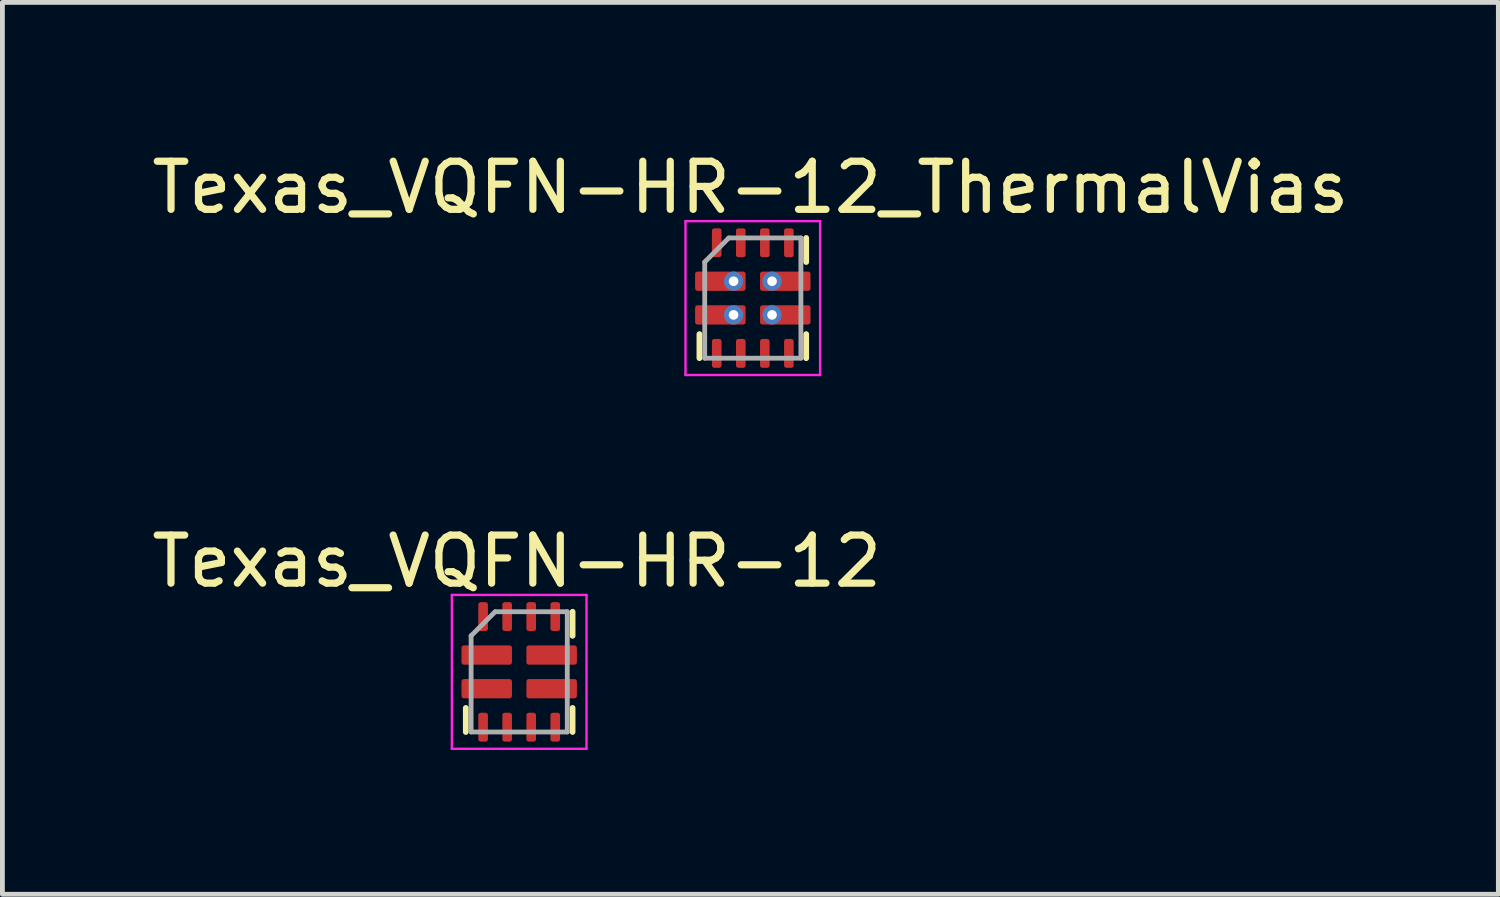
<source format=kicad_pcb>
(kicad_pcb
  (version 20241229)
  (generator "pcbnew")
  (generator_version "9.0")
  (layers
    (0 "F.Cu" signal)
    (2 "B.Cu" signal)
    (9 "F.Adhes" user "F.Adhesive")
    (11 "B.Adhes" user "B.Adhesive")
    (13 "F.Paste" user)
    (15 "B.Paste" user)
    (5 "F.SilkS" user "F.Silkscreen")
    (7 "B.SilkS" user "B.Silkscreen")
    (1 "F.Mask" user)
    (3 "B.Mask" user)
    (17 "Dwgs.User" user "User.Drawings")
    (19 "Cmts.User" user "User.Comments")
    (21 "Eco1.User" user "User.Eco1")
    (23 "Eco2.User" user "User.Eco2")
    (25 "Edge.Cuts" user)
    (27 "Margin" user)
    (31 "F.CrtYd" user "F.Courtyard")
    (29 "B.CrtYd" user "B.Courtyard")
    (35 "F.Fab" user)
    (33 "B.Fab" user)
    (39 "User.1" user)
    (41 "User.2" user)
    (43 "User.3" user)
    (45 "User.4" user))
  (footprint "Texas_VQFN-HR-12"
    (layer "F.Cu")
    (at 7.746 10.921)
    (property "Reference" "Texas_VQFN-HR-12" (at -0.05 -2.3 0) (layer "F.SilkS") (effects (font (size 1 1) (thickness 0.15))))
    (attr through_hole)
    (fp_line (start -1.11 0.75) (end -1.11 1.25) (stroke (width 0.12) (type solid)) (layer "F.SilkS"))
    (fp_line (start 1.11 -1.25) (end 1.11 -0.75) (stroke (width 0.12) (type solid)) (layer "F.SilkS"))
    (fp_line (start 1.11 0.75) (end 1.11 1.25) (stroke (width 0.12) (type solid)) (layer "F.SilkS"))
    (fp_line (start -1.4 -1.6) (end -1.4 1.6) (stroke (width 0.05) (type solid)) (layer "F.CrtYd"))
    (fp_line (start -1.4 -1.6) (end 1.4 -1.6) (stroke (width 0.05) (type solid)) (layer "F.CrtYd"))
    (fp_line (start -1.4 1.6) (end 1.4 1.6) (stroke (width 0.05) (type solid)) (layer "F.CrtYd"))
    (fp_line (start 1.4 -1.6) (end 1.4 1.6) (stroke (width 0.05) (type solid)) (layer "F.CrtYd"))
    (fp_line (start -1 -0.75) (end -1 1.25) (stroke (width 0.1) (type solid)) (layer "F.Fab"))
    (fp_line (start -1 -0.75) (end -0.5 -1.25) (stroke (width 0.1) (type solid)) (layer "F.Fab"))
    (fp_line (start -1 1.25) (end 1 1.25) (stroke (width 0.1) (type solid)) (layer "F.Fab"))
    (fp_line (start -0.5 -1.25) (end 1 -1.25) (stroke (width 0.1) (type solid)) (layer "F.Fab"))
    (fp_line (start 1 -1.25) (end 1 1.25) (stroke (width 0.1) (type solid)) (layer "F.Fab"))
    (pad "1" smd roundrect (at -0.675 -0.35) (size 1.05 0.4) (layers "F.Cu" "F.Mask" "F.Paste") (roundrect_rratio 0.125))
    (pad "2" smd roundrect (at -0.675 0.35) (size 1.05 0.4) (layers "F.Cu" "F.Mask" "F.Paste") (roundrect_rratio 0.125))
    (pad "3" smd roundrect (at -0.75 1.15 90) (size 0.6 0.2) (layers "F.Cu" "F.Mask" "F.Paste") (roundrect_rratio 0.25))
    (pad "4" smd roundrect (at -0.25 1.15 90) (size 0.6 0.2) (layers "F.Cu" "F.Mask" "F.Paste") (roundrect_rratio 0.25))
    (pad "5" smd roundrect (at 0.25 1.15 90) (size 0.6 0.2) (layers "F.Cu" "F.Mask" "F.Paste") (roundrect_rratio 0.25))
    (pad "6" smd roundrect (at 0.75 1.15 90) (size 0.6 0.2) (layers "F.Cu" "F.Mask" "F.Paste") (roundrect_rratio 0.25))
    (pad "7" smd roundrect (at 0.675 0.35) (size 1.05 0.4) (layers "F.Cu" "F.Mask" "F.Paste") (roundrect_rratio 0.125))
    (pad "8" smd roundrect (at 0.675 -0.35) (size 1.05 0.4) (layers "F.Cu" "F.Mask" "F.Paste") (roundrect_rratio 0.125))
    (pad "9" smd roundrect (at 0.75 -1.15 90) (size 0.6 0.2) (layers "F.Cu" "F.Mask" "F.Paste") (roundrect_rratio 0.25))
    (pad "10" smd roundrect (at 0.25 -1.15 90) (size 0.6 0.2) (layers "F.Cu" "F.Mask" "F.Paste") (roundrect_rratio 0.25))
    (pad "11" smd roundrect (at -0.25 -1.15 90) (size 0.6 0.2) (layers "F.Cu" "F.Mask" "F.Paste") (roundrect_rratio 0.25))
    (pad "12" smd roundrect (at -0.75 -1.15 90) (size 0.6 0.2) (layers "F.Cu" "F.Mask" "F.Paste") (roundrect_rratio 0.25)))
  (footprint "Texas_VQFN-HR-12_ThermalVias"
    (layer "F.Cu")
    (at 12.604 3.148)
    (property "Reference" "Texas_VQFN-HR-12_ThermalVias" (at -0.05 -2.3 0) (layer "F.SilkS") (effects (font (size 1 1) (thickness 0.15))))
    (attr through_hole)
    (fp_line (start -1.11 0.75) (end -1.11 1.25) (stroke (width 0.12) (type solid)) (layer "F.SilkS"))
    (fp_line (start 1.11 -1.25) (end 1.11 -0.75) (stroke (width 0.12) (type solid)) (layer "F.SilkS"))
    (fp_line (start 1.11 0.75) (end 1.11 1.25) (stroke (width 0.12) (type solid)) (layer "F.SilkS"))
    (fp_line (start -1.4 -1.6) (end -1.4 1.6) (stroke (width 0.05) (type solid)) (layer "F.CrtYd"))
    (fp_line (start -1.4 -1.6) (end 1.4 -1.6) (stroke (width 0.05) (type solid)) (layer "F.CrtYd"))
    (fp_line (start -1.4 1.6) (end 1.4 1.6) (stroke (width 0.05) (type solid)) (layer "F.CrtYd"))
    (fp_line (start 1.4 -1.6) (end 1.4 1.6) (stroke (width 0.05) (type solid)) (layer "F.CrtYd"))
    (fp_line (start -1 -0.75) (end -1 1.25) (stroke (width 0.1) (type solid)) (layer "F.Fab"))
    (fp_line (start -1 -0.75) (end -0.5 -1.25) (stroke (width 0.1) (type solid)) (layer "F.Fab"))
    (fp_line (start -1 1.25) (end 1 1.25) (stroke (width 0.1) (type solid)) (layer "F.Fab"))
    (fp_line (start -0.5 -1.25) (end 1 -1.25) (stroke (width 0.1) (type solid)) (layer "F.Fab"))
    (fp_line (start 1 -1.25) (end 1 1.25) (stroke (width 0.1) (type solid)) (layer "F.Fab"))
    (pad "1" smd roundrect (at -0.675 -0.35) (size 1.05 0.4) (layers "F.Cu" "F.Mask" "F.Paste") (roundrect_rratio 0.125))
    (pad "1" thru_hole circle (at -0.4 -0.35) (size 0.4 0.4) (drill 0.2) (layers "*.Cu" "*.Mask"))
    (pad "2" smd roundrect (at -0.675 0.35) (size 1.05 0.4) (layers "F.Cu" "F.Mask" "F.Paste") (roundrect_rratio 0.125))
    (pad "2" thru_hole circle (at -0.4 0.35) (size 0.4 0.4) (drill 0.2) (layers "*.Cu" "*.Mask"))
    (pad "3" smd roundrect (at -0.75 1.15 90) (size 0.6 0.2) (layers "F.Cu" "F.Mask" "F.Paste") (roundrect_rratio 0.25))
    (pad "4" smd roundrect (at -0.25 1.15 90) (size 0.6 0.2) (layers "F.Cu" "F.Mask" "F.Paste") (roundrect_rratio 0.25))
    (pad "5" smd roundrect (at 0.25 1.15 90) (size 0.6 0.2) (layers "F.Cu" "F.Mask" "F.Paste") (roundrect_rratio 0.25))
    (pad "6" smd roundrect (at 0.75 1.15 90) (size 0.6 0.2) (layers "F.Cu" "F.Mask" "F.Paste") (roundrect_rratio 0.25))
    (pad "7" thru_hole circle (at 0.4 0.35) (size 0.4 0.4) (drill 0.2) (layers "*.Cu" "*.Mask"))
    (pad "7" smd roundrect (at 0.675 0.35) (size 1.05 0.4) (layers "F.Cu" "F.Mask" "F.Paste") (roundrect_rratio 0.125))
    (pad "8" thru_hole circle (at 0.4 -0.35) (size 0.4 0.4) (drill 0.2) (layers "*.Cu" "*.Mask"))
    (pad "8" smd roundrect (at 0.675 -0.35) (size 1.05 0.4) (layers "F.Cu" "F.Mask" "F.Paste") (roundrect_rratio 0.125))
    (pad "9" smd roundrect (at 0.75 -1.15 90) (size 0.6 0.2) (layers "F.Cu" "F.Mask" "F.Paste") (roundrect_rratio 0.25))
    (pad "10" smd roundrect (at 0.25 -1.15 90) (size 0.6 0.2) (layers "F.Cu" "F.Mask" "F.Paste") (roundrect_rratio 0.25))
    (pad "11" smd roundrect (at -0.25 -1.15 90) (size 0.6 0.2) (layers "F.Cu" "F.Mask" "F.Paste") (roundrect_rratio 0.25))
    (pad "12" smd roundrect (at -0.75 -1.15 90) (size 0.6 0.2) (layers "F.Cu" "F.Mask" "F.Paste") (roundrect_rratio 0.25)))
  (gr_rect
    (start -3 -3)
    (end 28.107 15.546)
    (stroke (width 0.1) (type default))
    (fill no)
    (layer "Edge.Cuts")))
</source>
